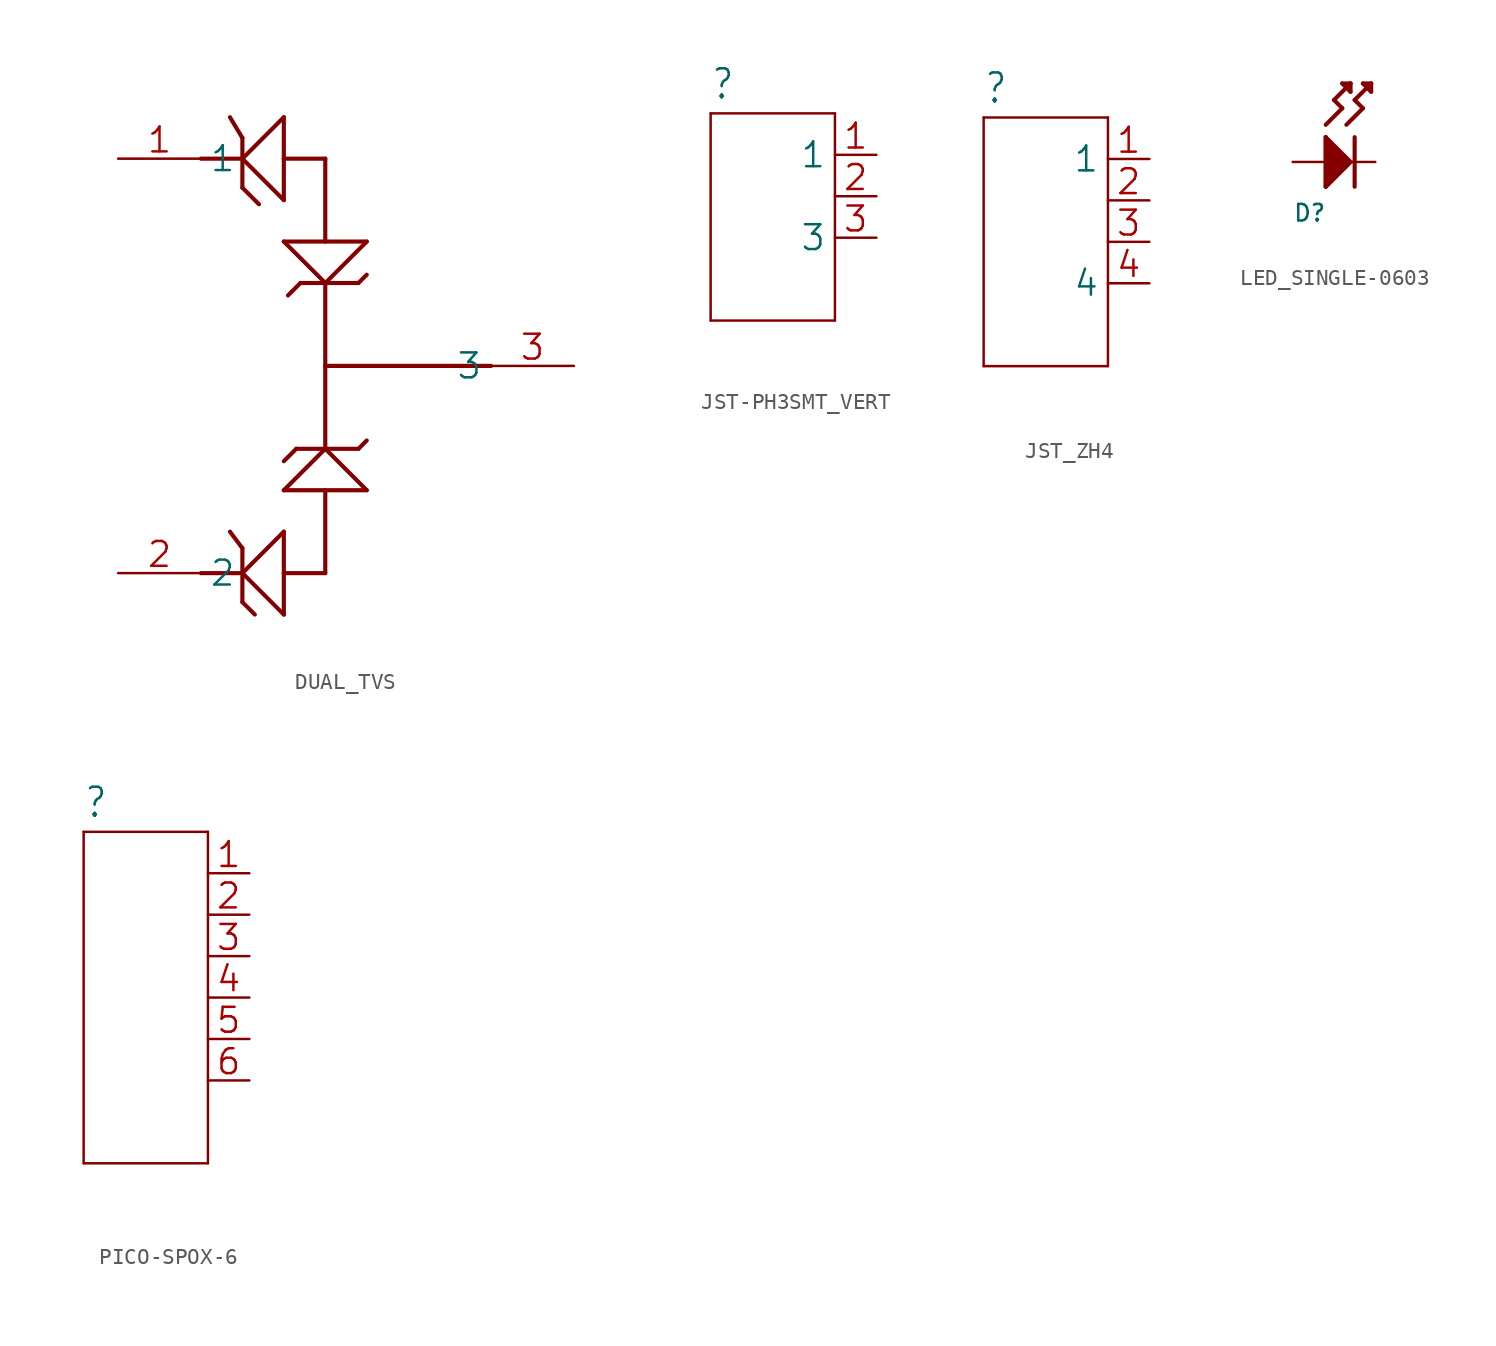
<source format=kicad_sym>
(kicad_symbol_lib
  (version 20241209)
  (generator "kicad_symbol_editor")
  (generator_version "9.0")
  (symbol "DUAL_TVS"
    (property "Reference" ""
      (at 0 0 0)
      (effects (font (size 1.27 1.27)) (hide yes)))
    (property "ki_locked" ""
      (at 0 0 0)
      (effects (font (size 1.27 1.27))))
    (symbol "DUAL_TVS_1_0"
      (polyline (pts (xy -10.16 12.7) (xy -7.62 12.7)) (stroke (width 0.254) (type solid)) (fill (type none)))
      (polyline (pts (xy -10.16 -12.7) (xy -7.62 -12.7)) (stroke (width 0.254) (type solid)) (fill (type none)))
      (polyline (pts (xy -7.62 13.97) (xy -8.382 15.24)) (stroke (width 0.254) (type solid)) (fill (type none)))
      (polyline (pts (xy -7.62 12.7) (xy -7.62 13.97)) (stroke (width 0.254) (type solid)) (fill (type none)))
      (polyline (pts (xy -7.62 12.7) (xy -7.62 10.922)) (stroke (width 0.254) (type solid)) (fill (type none)))
      (polyline (pts (xy -7.62 12.7) (xy -5.08 15.24)) (stroke (width 0.254) (type solid)) (fill (type none)))
      (polyline (pts (xy -7.62 10.922) (xy -6.604 9.906)) (stroke (width 0.254) (type solid)) (fill (type none)))
      (polyline (pts (xy -7.62 -11.176) (xy -8.382 -10.16)) (stroke (width 0.254) (type solid)) (fill (type none)))
      (polyline (pts (xy -7.62 -12.7) (xy -7.62 -11.176)) (stroke (width 0.254) (type solid)) (fill (type none)))
      (polyline (pts (xy -7.62 -12.7) (xy -7.62 -14.478)) (stroke (width 0.254) (type solid)) (fill (type none)))
      (polyline (pts (xy -7.62 -12.7) (xy -5.08 -10.16)) (stroke (width 0.254) (type solid)) (fill (type none)))
      (polyline (pts (xy -7.62 -14.478) (xy -6.858 -15.24)) (stroke (width 0.254) (type solid)) (fill (type none)))
      (polyline (pts (xy -5.08 15.24) (xy -5.08 12.7)) (stroke (width 0.254) (type solid)) (fill (type none)))
      (polyline (pts (xy -5.08 12.7) (xy -5.08 10.16)) (stroke (width 0.254) (type solid)) (fill (type none)))
      (polyline (pts (xy -5.08 12.7) (xy -2.54 12.7)) (stroke (width 0.254) (type solid)) (fill (type none)))
      (polyline (pts (xy -5.08 10.16) (xy -7.62 12.7)) (stroke (width 0.254) (type solid)) (fill (type none)))
      (polyline (pts (xy -5.08 7.62) (xy 0 7.62)) (stroke (width 0.254) (type solid)) (fill (type none)))
      (polyline (pts (xy -5.08 -7.62) (xy 0 -7.62)) (stroke (width 0.254) (type solid)) (fill (type none)))
      (polyline (pts (xy -5.08 -10.16) (xy -5.08 -12.7)) (stroke (width 0.254) (type solid)) (fill (type none)))
      (polyline (pts (xy -5.08 -12.7) (xy -5.08 -15.24)) (stroke (width 0.254) (type solid)) (fill (type none)))
      (polyline (pts (xy -5.08 -12.7) (xy -2.54 -12.7)) (stroke (width 0.254) (type solid)) (fill (type none)))
      (polyline (pts (xy -5.08 -15.24) (xy -7.62 -12.7)) (stroke (width 0.254) (type solid)) (fill (type none)))
      (polyline (pts (xy -4.318 -5.08) (xy -5.08 -5.842)) (stroke (width 0.254) (type solid)) (fill (type none)))
      (polyline (pts (xy -4.064 5.08) (xy -4.826 4.318)) (stroke (width 0.254) (type solid)) (fill (type none)))
      (polyline (pts (xy -2.54 12.7) (xy -2.54 7.62)) (stroke (width 0.254) (type solid)) (fill (type none)))
      (polyline (pts (xy -2.54 5.08) (xy -5.08 7.62)) (stroke (width 0.254) (type solid)) (fill (type none)))
      (polyline (pts (xy -2.54 5.08) (xy -4.064 5.08)) (stroke (width 0.254) (type solid)) (fill (type none)))
      (polyline (pts (xy -2.54 5.08) (xy -2.54 0)) (stroke (width 0.254) (type solid)) (fill (type none)))
      (polyline (pts (xy -2.54 5.08) (xy -0.508 5.08)) (stroke (width 0.254) (type solid)) (fill (type none)))
      (polyline (pts (xy -2.54 0) (xy 7.62 0)) (stroke (width 0.254) (type solid)) (fill (type none)))
      (polyline (pts (xy -2.54 -5.08) (xy -5.08 -7.62)) (stroke (width 0.254) (type solid)) (fill (type none)))
      (polyline (pts (xy -2.54 -5.08) (xy -4.318 -5.08)) (stroke (width 0.254) (type solid)) (fill (type none)))
      (polyline (pts (xy -2.54 -5.08) (xy -2.54 0)) (stroke (width 0.254) (type solid)) (fill (type none)))
      (polyline (pts (xy -2.54 -5.08) (xy -0.508 -5.08)) (stroke (width 0.254) (type solid)) (fill (type none)))
      (polyline (pts (xy -2.54 -12.7) (xy -2.54 -7.62)) (stroke (width 0.254) (type solid)) (fill (type none)))
      (polyline (pts (xy -0.508 5.08) (xy 0 5.588)) (stroke (width 0.254) (type solid)) (fill (type none)))
      (polyline (pts (xy -0.508 -5.08) (xy 0 -4.572)) (stroke (width 0.254) (type solid)) (fill (type none)))
      (polyline (pts (xy 0 7.62) (xy -2.54 5.08)) (stroke (width 0.254) (type solid)) (fill (type none)))
      (polyline (pts (xy 0 -7.62) (xy -2.54 -5.08)) (stroke (width 0.254) (type solid)) (fill (type none)))
      (pin bidirectional line (at -15.24 12.7 0) (length 5.08) (name "1" (effects (font (size 1.524 1.524)))) (number "1" (effects (font (size 1.524 1.524)))))
      (pin bidirectional line (at -15.24 -12.7 0) (length 5.08) (name "2" (effects (font (size 1.524 1.524)))) (number "2" (effects (font (size 1.524 1.524)))))
      (pin bidirectional line (at 12.7 0 180) (length 5.08) (name "3" (effects (font (size 1.524 1.524)))) (number "3" (effects (font (size 1.524 1.524)))))))
  (symbol "JST-PH3SMT_VERT"
    (property "Reference" ""
      (at -5.08 5.842 0)
      (effects (font (size 1.778 1.511)) (justify left bottom)))
    (property "Value" ""
      (at -5.08 -9.906 0)
      (effects (font (size 1.778 1.511)) (justify left bottom)))
    (property "ki_locked" ""
      (at 0 0 0)
      (effects (font (size 1.27 1.27))))
    (symbol "JST-PH3SMT_VERT_1_0"
      (polyline (pts (xy -5.08 5.08) (xy -5.08 -7.62)) (stroke (width 0.152) (type solid)) (fill (type none)))
      (polyline (pts (xy -5.08 -7.62) (xy 2.54 -7.62)) (stroke (width 0.152) (type solid)) (fill (type none)))
      (polyline (pts (xy 2.54 5.08) (xy -5.08 5.08)) (stroke (width 0.152) (type solid)) (fill (type none)))
      (polyline (pts (xy 2.54 -7.62) (xy 2.54 5.08)) (stroke (width 0.152) (type solid)) (fill (type none)))
      (pin passive line (at 5.08 2.54 180) (length 2.54) (name "1" (effects (font (size 1.524 1.524)))) (number "1" (effects (font (size 1.524 1.524)))))
      (pin passive line (at 5.08 0 180) (length 2.54) (name "2" (effects (font (size 0 0)))) (number "2" (effects (font (size 1.524 1.524)))))
      (pin passive line (at 5.08 -2.54 180) (length 2.54) (name "3" (effects (font (size 1.524 1.524)))) (number "3" (effects (font (size 1.524 1.524)))))))
  (symbol "JST_ZH4"
    (property "Reference" ""
      (at -5.08 8.382 0)
      (effects (font (size 1.778 1.511)) (justify left bottom)))
    (property "Value" ""
      (at -5.08 -9.906 0)
      (effects (font (size 1.778 1.511)) (justify left bottom)))
    (property "ki_locked" ""
      (at 0 0 0)
      (effects (font (size 1.27 1.27))))
    (symbol "JST_ZH4_1_0"
      (polyline (pts (xy -5.08 7.62) (xy -5.08 -7.62)) (stroke (width 0.152) (type solid)) (fill (type none)))
      (polyline (pts (xy -5.08 -7.62) (xy 2.54 -7.62)) (stroke (width 0.152) (type solid)) (fill (type none)))
      (polyline (pts (xy 2.54 7.62) (xy -5.08 7.62)) (stroke (width 0.152) (type solid)) (fill (type none)))
      (polyline (pts (xy 2.54 -7.62) (xy 2.54 7.62)) (stroke (width 0.152) (type solid)) (fill (type none)))
      (pin passive line (at 5.08 5.08 180) (length 2.54) (name "1" (effects (font (size 1.524 1.524)))) (number "1" (effects (font (size 1.524 1.524)))))
      (pin passive line (at 5.08 2.54 180) (length 2.54) (name "2" (effects (font (size 0 0)))) (number "2" (effects (font (size 1.524 1.524)))))
      (pin passive line (at 5.08 0 180) (length 2.54) (name "3" (effects (font (size 0 0)))) (number "3" (effects (font (size 1.524 1.524)))))
      (pin passive line (at 5.08 -2.54 180) (length 2.54) (name "4" (effects (font (size 1.524 1.524)))) (number "4" (effects (font (size 1.524 1.524)))))))
  (symbol "LED_SINGLE-0603"
    (property "Reference" "D"
      (at -2.54 -2.54 0)
      (effects (font (size 1.016 1.016)) (justify left top)))
    (property "Value" ""
      (at -2.54 -5.08 0)
      (effects (font (size 1.016 1.016)) (justify left bottom)))
    (property "ki_locked" ""
      (at 0 0 0)
      (effects (font (size 1.27 1.27))))
    (symbol "LED_SINGLE-0603_1_0"
      (polyline (pts (xy -0.508 2.286) (xy 0.508 3.302)) (stroke (width 0.254) (type solid)) (fill (type none)))
      (polyline (pts (xy -0.508 1.524) (xy 1.016 0)) (stroke (width 0.254) (type solid)) (fill (type none)))
      (polyline (pts (xy -0.508 1.524) (xy -0.508 -1.524) (xy 1.016 0)) (stroke (width 0.254) (type solid)) (fill (type outline)))
      (polyline (pts (xy -0.508 -1.524) (xy -0.508 1.524)) (stroke (width 0.254) (type solid)) (fill (type none)))
      (polyline (pts (xy 0 3.81) (xy 1.016 4.826)) (stroke (width 0.254) (type solid)) (fill (type none)))
      (polyline (pts (xy 0.508 4.826) (xy 1.016 4.318)) (stroke (width 0.254) (type solid)) (fill (type none)))
      (polyline (pts (xy 0.508 3.302) (xy 0 3.81)) (stroke (width 0.254) (type solid)) (fill (type none)))
      (polyline (pts (xy 0.762 2.286) (xy 1.778 3.302)) (stroke (width 0.254) (type solid)) (fill (type none)))
      (polyline (pts (xy 1.016 4.826) (xy 0.508 4.826)) (stroke (width 0.254) (type solid)) (fill (type none)))
      (polyline (pts (xy 1.016 4.318) (xy 1.016 4.826)) (stroke (width 0.254) (type solid)) (fill (type none)))
      (polyline (pts (xy 1.016 0) (xy -0.508 -1.524)) (stroke (width 0.254) (type solid)) (fill (type none)))
      (polyline (pts (xy 1.27 3.81) (xy 2.286 4.826)) (stroke (width 0.254) (type solid)) (fill (type none)))
      (polyline (pts (xy 1.27 1.524) (xy 1.27 -1.524)) (stroke (width 0.254) (type solid)) (fill (type none)))
      (polyline (pts (xy 1.778 4.826) (xy 2.286 4.318)) (stroke (width 0.254) (type solid)) (fill (type none)))
      (polyline (pts (xy 1.778 3.302) (xy 1.27 3.81)) (stroke (width 0.254) (type solid)) (fill (type none)))
      (polyline (pts (xy 2.286 4.826) (xy 1.778 4.826)) (stroke (width 0.254) (type solid)) (fill (type none)))
      (polyline (pts (xy 2.286 4.318) (xy 2.286 4.826)) (stroke (width 0.254) (type solid)) (fill (type none)))
      (pin power_in line (at -2.54 0 0) (length 2.54) (name "ANODE" (effects (font (size 0 0)))) (number "ANODE" (effects (font (size 0 0)))))
      (pin power_in line (at 2.54 0 180) (length 2.54) (name "CATHODE" (effects (font (size 0 0)))) (number "CATHODE" (effects (font (size 0 0)))))))
  (symbol "PICO-SPOX-6"
    (property "Reference" ""
      (at -5.08 10.922 0)
      (effects (font (size 1.778 1.511)) (justify left bottom)))
    (property "Value" ""
      (at -5.08 -12.446 0)
      (effects (font (size 1.778 1.511)) (justify left bottom)))
    (property "ki_locked" ""
      (at 0 0 0)
      (effects (font (size 1.27 1.27))))
    (symbol "PICO-SPOX-6_1_0"
      (polyline (pts (xy -5.08 10.16) (xy -5.08 -10.16)) (stroke (width 0.152) (type solid)) (fill (type none)))
      (polyline (pts (xy -5.08 -10.16) (xy 2.54 -10.16)) (stroke (width 0.152) (type solid)) (fill (type none)))
      (polyline (pts (xy 2.54 10.16) (xy -5.08 10.16)) (stroke (width 0.152) (type solid)) (fill (type none)))
      (polyline (pts (xy 2.54 -10.16) (xy 2.54 10.16)) (stroke (width 0.152) (type solid)) (fill (type none)))
      (pin passive line (at 5.08 7.62 180) (length 2.54) (name "1" (effects (font (size 0 0)))) (number "1" (effects (font (size 1.524 1.524)))))
      (pin passive line (at 5.08 5.08 180) (length 2.54) (name "2" (effects (font (size 0 0)))) (number "2" (effects (font (size 1.524 1.524)))))
      (pin passive line (at 5.08 2.54 180) (length 2.54) (name "3" (effects (font (size 0 0)))) (number "3" (effects (font (size 1.524 1.524)))))
      (pin passive line (at 5.08 0 180) (length 2.54) (name "4" (effects (font (size 0 0)))) (number "4" (effects (font (size 1.524 1.524)))))
      (pin passive line (at 5.08 -2.54 180) (length 2.54) (name "5" (effects (font (size 0 0)))) (number "5" (effects (font (size 1.524 1.524)))))
      (pin passive line (at 5.08 -5.08 180) (length 2.54) (name "6" (effects (font (size 0 0)))) (number "6" (effects (font (size 1.524 1.524))))))))
</source>
